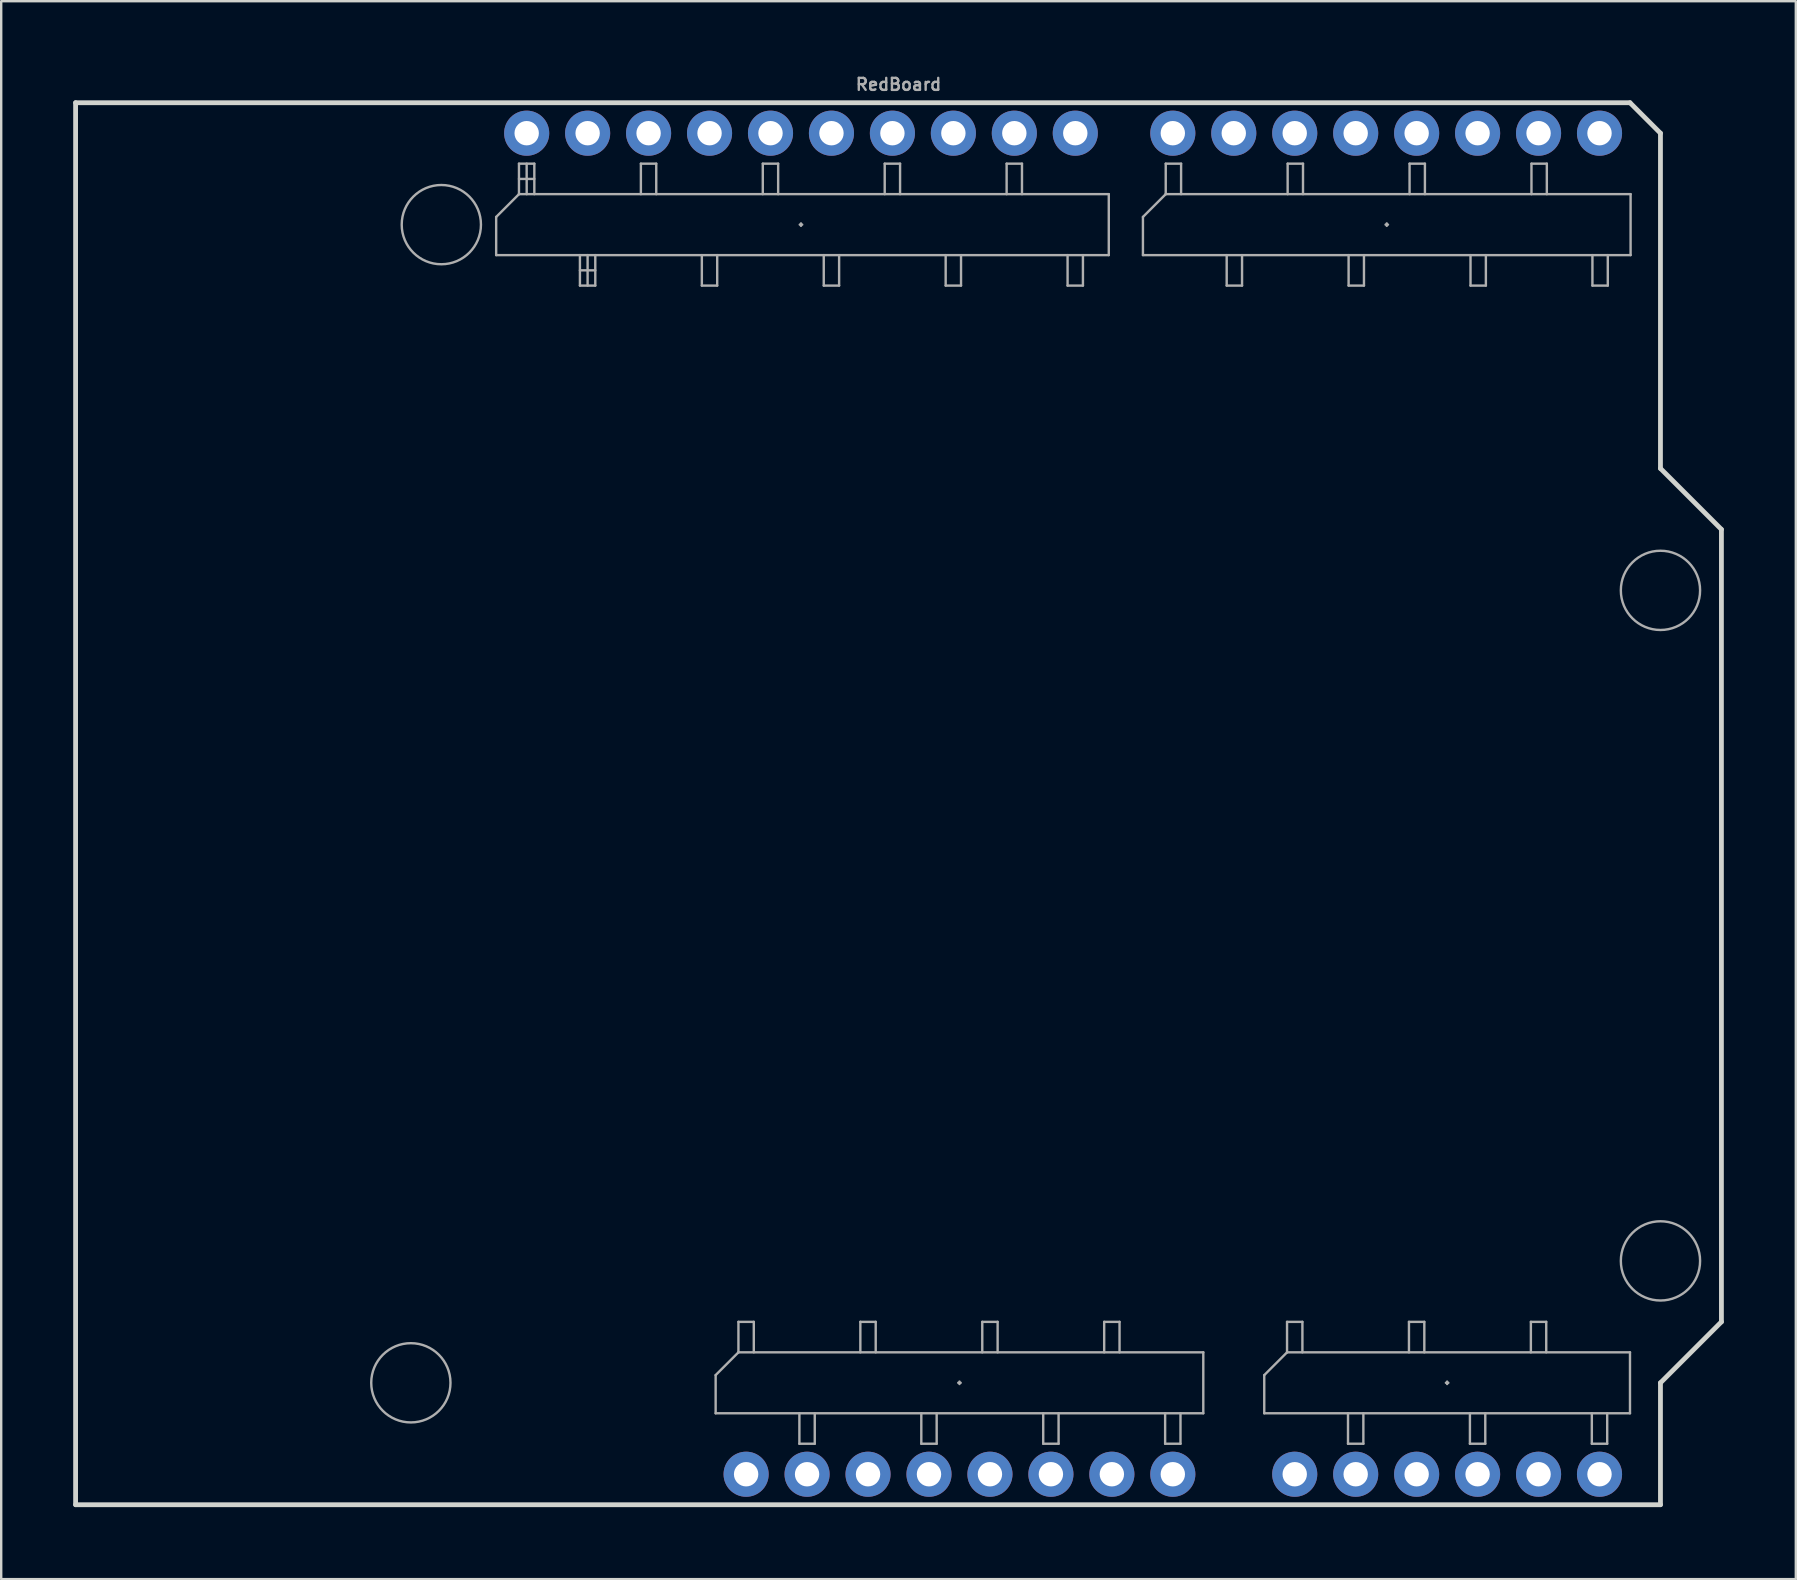
<source format=kicad_pcb>
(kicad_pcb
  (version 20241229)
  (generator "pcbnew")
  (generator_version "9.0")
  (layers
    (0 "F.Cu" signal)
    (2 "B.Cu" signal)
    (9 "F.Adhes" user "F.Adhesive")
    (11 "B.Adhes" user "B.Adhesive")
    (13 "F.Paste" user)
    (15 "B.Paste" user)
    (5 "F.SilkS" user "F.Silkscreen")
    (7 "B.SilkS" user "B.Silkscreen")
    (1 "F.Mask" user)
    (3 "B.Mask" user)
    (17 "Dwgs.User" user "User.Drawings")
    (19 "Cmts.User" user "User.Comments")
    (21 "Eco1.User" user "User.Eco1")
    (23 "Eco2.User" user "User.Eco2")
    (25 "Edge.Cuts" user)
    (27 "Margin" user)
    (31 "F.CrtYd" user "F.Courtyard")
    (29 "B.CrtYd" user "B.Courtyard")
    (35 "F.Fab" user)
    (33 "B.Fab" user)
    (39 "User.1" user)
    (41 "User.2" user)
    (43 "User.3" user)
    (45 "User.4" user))
  (footprint "RedBoard"
    (layer "F.Cu")
    (at 34.39 30.44)
    (property "Reference" "RedBoard" (at 0 -29.972 0) (unlocked yes) (layer "F.Fab") (effects (font (size 0.5 0.5) (thickness 0.1))))
    (attr smd)
    (fp_line (start -34.29 -29.21) (end -34.29 29.21) (stroke (width 0.2) (type default)) (layer "Edge.Cuts"))
    (fp_line (start -34.29 -29.21) (end 30.48 -29.21) (stroke (width 0.2) (type default)) (layer "Edge.Cuts"))
    (fp_line (start -34.29 29.21) (end 31.75 29.21) (stroke (width 0.2) (type default)) (layer "Edge.Cuts"))
    (fp_line (start 30.48 -29.21) (end 31.75 -27.94) (stroke (width 0.2) (type default)) (layer "Edge.Cuts"))
    (fp_line (start 31.75 -27.94) (end 31.75 -13.97) (stroke (width 0.2) (type default)) (layer "Edge.Cuts"))
    (fp_line (start 31.75 -13.97) (end 34.29 -11.43) (stroke (width 0.2) (type default)) (layer "Edge.Cuts"))
    (fp_line (start 31.75 24.13) (end 34.29 21.59) (stroke (width 0.2) (type default)) (layer "Edge.Cuts"))
    (fp_line (start 31.75 29.21) (end 31.75 24.13) (stroke (width 0.2) (type default)) (layer "Edge.Cuts"))
    (fp_line (start 34.29 -11.43) (end 34.29 21.59) (stroke (width 0.2) (type default)) (layer "Edge.Cuts"))
    (fp_line (start -16.765 -22.86) (end -16.765 -24.45) (stroke (width 0.1) (type solid)) (layer "F.Fab"))
    (fp_line (start -16.765 -22.86) (end 8.762 -22.86) (stroke (width 0.1) (type solid)) (layer "F.Fab"))
    (fp_line (start -15.815 -26.67) (end -15.175 -26.67) (stroke (width 0.1) (type solid)) (layer "F.Fab"))
    (fp_line (start -15.815 -25.4) (end -16.765 -24.45) (stroke (width 0.1) (type solid)) (layer "F.Fab"))
    (fp_line (start -15.815 -25.4) (end -15.815 -26.67) (stroke (width 0.1) (type solid)) (layer "F.Fab"))
    (fp_line (start -15.495 -26.67) (end -15.493 -25.4) (stroke (width 0.1) (type default)) (layer "F.Fab"))
    (fp_line (start -15.175 -26.67) (end -15.175 -25.4) (stroke (width 0.1) (type solid)) (layer "F.Fab"))
    (fp_line (start -15.175 -26.035) (end -15.815 -26.035) (stroke (width 0.1) (type default)) (layer "F.Fab"))
    (fp_line (start -13.275 -22.86) (end -13.275 -21.59) (stroke (width 0.1) (type solid)) (layer "F.Fab"))
    (fp_line (start -13.275 -21.59) (end -12.635 -21.59) (stroke (width 0.1) (type solid)) (layer "F.Fab"))
    (fp_line (start -12.955 -22.86) (end -12.955 -21.59) (stroke (width 0.1) (type default)) (layer "F.Fab"))
    (fp_line (start -12.635 -22.225) (end -13.275 -22.225) (stroke (width 0.1) (type default)) (layer "F.Fab"))
    (fp_line (start -12.635 -21.59) (end -12.635 -22.86) (stroke (width 0.1) (type solid)) (layer "F.Fab"))
    (fp_line (start -10.735 -26.67) (end -10.095 -26.67) (stroke (width 0.1) (type solid)) (layer "F.Fab"))
    (fp_line (start -10.735 -25.4) (end -10.735 -26.67) (stroke (width 0.1) (type solid)) (layer "F.Fab"))
    (fp_line (start -10.095 -26.67) (end -10.095 -25.4) (stroke (width 0.1) (type solid)) (layer "F.Fab"))
    (fp_line (start -8.195 -22.86) (end -8.195 -21.59) (stroke (width 0.1) (type solid)) (layer "F.Fab"))
    (fp_line (start -8.195 -21.59) (end -7.555 -21.59) (stroke (width 0.1) (type solid)) (layer "F.Fab"))
    (fp_line (start -7.62 25.4) (end -7.62 23.81) (stroke (width 0.1) (type solid)) (layer "F.Fab"))
    (fp_line (start -7.62 25.4) (end 12.7 25.4) (stroke (width 0.1) (type solid)) (layer "F.Fab"))
    (fp_line (start -7.555 -21.59) (end -7.555 -22.86) (stroke (width 0.1) (type solid)) (layer "F.Fab"))
    (fp_line (start -6.67 21.59) (end -6.03 21.59) (stroke (width 0.1) (type solid)) (layer "F.Fab"))
    (fp_line (start -6.67 22.86) (end -7.62 23.81) (stroke (width 0.1) (type solid)) (layer "F.Fab"))
    (fp_line (start -6.67 22.86) (end -6.67 21.59) (stroke (width 0.1) (type solid)) (layer "F.Fab"))
    (fp_line (start -6.03 21.59) (end -6.03 22.86) (stroke (width 0.1) (type solid)) (layer "F.Fab"))
    (fp_line (start -5.655 -26.67) (end -5.015 -26.67) (stroke (width 0.1) (type solid)) (layer "F.Fab"))
    (fp_line (start -5.655 -25.4) (end -5.655 -26.67) (stroke (width 0.1) (type solid)) (layer "F.Fab"))
    (fp_line (start -5.015 -26.67) (end -5.015 -25.4) (stroke (width 0.1) (type solid)) (layer "F.Fab"))
    (fp_line (start -4.13 25.4) (end -4.13 26.67) (stroke (width 0.1) (type solid)) (layer "F.Fab"))
    (fp_line (start -4.13 26.67) (end -3.49 26.67) (stroke (width 0.1) (type solid)) (layer "F.Fab"))
    (fp_line (start -4.064 -24.079) (end -4.064 -24.181) (stroke (width 0.1) (type default)) (layer "F.Fab"))
    (fp_line (start -4.013 -24.13) (end -4.115 -24.13) (stroke (width 0.1) (type default)) (layer "F.Fab"))
    (fp_line (start -3.49 26.67) (end -3.49 25.4) (stroke (width 0.1) (type solid)) (layer "F.Fab"))
    (fp_line (start -3.115 -22.86) (end -3.115 -21.59) (stroke (width 0.1) (type solid)) (layer "F.Fab"))
    (fp_line (start -3.115 -21.59) (end -2.475 -21.59) (stroke (width 0.1) (type solid)) (layer "F.Fab"))
    (fp_line (start -2.475 -21.59) (end -2.475 -22.86) (stroke (width 0.1) (type solid)) (layer "F.Fab"))
    (fp_line (start -1.59 21.59) (end -0.95 21.59) (stroke (width 0.1) (type solid)) (layer "F.Fab"))
    (fp_line (start -1.59 22.86) (end -1.59 21.59) (stroke (width 0.1) (type solid)) (layer "F.Fab"))
    (fp_line (start -0.95 21.59) (end -0.95 22.86) (stroke (width 0.1) (type solid)) (layer "F.Fab"))
    (fp_line (start -0.575 -26.67) (end 0.065 -26.67) (stroke (width 0.1) (type solid)) (layer "F.Fab"))
    (fp_line (start -0.575 -25.4) (end -0.575 -26.67) (stroke (width 0.1) (type solid)) (layer "F.Fab"))
    (fp_line (start 0.065 -26.67) (end 0.065 -25.4) (stroke (width 0.1) (type solid)) (layer "F.Fab"))
    (fp_line (start 0.95 25.4) (end 0.95 26.67) (stroke (width 0.1) (type solid)) (layer "F.Fab"))
    (fp_line (start 0.95 26.67) (end 1.59 26.67) (stroke (width 0.1) (type solid)) (layer "F.Fab"))
    (fp_line (start 1.59 26.67) (end 1.59 25.4) (stroke (width 0.1) (type solid)) (layer "F.Fab"))
    (fp_line (start 1.965 -22.86) (end 1.965 -21.59) (stroke (width 0.1) (type solid)) (layer "F.Fab"))
    (fp_line (start 1.965 -21.59) (end 2.605 -21.59) (stroke (width 0.1) (type solid)) (layer "F.Fab"))
    (fp_line (start 2.489 24.13) (end 2.591 24.13) (stroke (width 0.1) (type default)) (layer "F.Fab"))
    (fp_line (start 2.54 24.079) (end 2.54 24.181) (stroke (width 0.1) (type default)) (layer "F.Fab"))
    (fp_line (start 2.605 -21.59) (end 2.605 -22.86) (stroke (width 0.1) (type solid)) (layer "F.Fab"))
    (fp_line (start 3.49 21.59) (end 4.13 21.59) (stroke (width 0.1) (type solid)) (layer "F.Fab"))
    (fp_line (start 3.49 22.86) (end 3.49 21.59) (stroke (width 0.1) (type solid)) (layer "F.Fab"))
    (fp_line (start 4.13 21.59) (end 4.13 22.86) (stroke (width 0.1) (type solid)) (layer "F.Fab"))
    (fp_line (start 4.505 -26.67) (end 5.145 -26.67) (stroke (width 0.1) (type solid)) (layer "F.Fab"))
    (fp_line (start 4.505 -25.4) (end 4.505 -26.67) (stroke (width 0.1) (type solid)) (layer "F.Fab"))
    (fp_line (start 5.145 -26.67) (end 5.145 -25.4) (stroke (width 0.1) (type solid)) (layer "F.Fab"))
    (fp_line (start 6.03 25.4) (end 6.03 26.67) (stroke (width 0.1) (type solid)) (layer "F.Fab"))
    (fp_line (start 6.03 26.67) (end 6.67 26.67) (stroke (width 0.1) (type solid)) (layer "F.Fab"))
    (fp_line (start 6.67 26.67) (end 6.67 25.4) (stroke (width 0.1) (type solid)) (layer "F.Fab"))
    (fp_line (start 7.045 -22.86) (end 7.045 -21.59) (stroke (width 0.1) (type solid)) (layer "F.Fab"))
    (fp_line (start 7.045 -21.59) (end 7.685 -21.59) (stroke (width 0.1) (type solid)) (layer "F.Fab"))
    (fp_line (start 7.685 -21.59) (end 7.685 -22.86) (stroke (width 0.1) (type solid)) (layer "F.Fab"))
    (fp_line (start 8.57 21.59) (end 9.21 21.59) (stroke (width 0.1) (type solid)) (layer "F.Fab"))
    (fp_line (start 8.57 22.86) (end 8.57 21.59) (stroke (width 0.1) (type solid)) (layer "F.Fab"))
    (fp_line (start 8.762 -25.4) (end -15.815 -25.4) (stroke (width 0.1) (type solid)) (layer "F.Fab"))
    (fp_line (start 8.762 -25.4) (end 8.762 -22.86) (stroke (width 0.1) (type solid)) (layer "F.Fab"))
    (fp_line (start 9.21 21.59) (end 9.21 22.86) (stroke (width 0.1) (type solid)) (layer "F.Fab"))
    (fp_line (start 10.185 -22.86) (end 10.185 -24.45) (stroke (width 0.1) (type solid)) (layer "F.Fab"))
    (fp_line (start 10.185 -22.86) (end 30.505 -22.86) (stroke (width 0.1) (type solid)) (layer "F.Fab"))
    (fp_line (start 11.11 25.4) (end 11.11 26.67) (stroke (width 0.1) (type solid)) (layer "F.Fab"))
    (fp_line (start 11.11 26.67) (end 11.75 26.67) (stroke (width 0.1) (type solid)) (layer "F.Fab"))
    (fp_line (start 11.135 -26.67) (end 11.775 -26.67) (stroke (width 0.1) (type solid)) (layer "F.Fab"))
    (fp_line (start 11.135 -25.4) (end 10.185 -24.45) (stroke (width 0.1) (type solid)) (layer "F.Fab"))
    (fp_line (start 11.135 -25.4) (end 11.135 -26.67) (stroke (width 0.1) (type solid)) (layer "F.Fab"))
    (fp_line (start 11.75 26.67) (end 11.75 25.4) (stroke (width 0.1) (type solid)) (layer "F.Fab"))
    (fp_line (start 11.775 -26.67) (end 11.775 -25.4) (stroke (width 0.1) (type solid)) (layer "F.Fab"))
    (fp_line (start 12.7 22.86) (end -6.67 22.86) (stroke (width 0.1) (type solid)) (layer "F.Fab"))
    (fp_line (start 12.7 22.86) (end 12.7 25.4) (stroke (width 0.1) (type solid)) (layer "F.Fab"))
    (fp_line (start 13.675 -22.86) (end 13.675 -21.59) (stroke (width 0.1) (type solid)) (layer "F.Fab"))
    (fp_line (start 13.675 -21.59) (end 14.315 -21.59) (stroke (width 0.1) (type solid)) (layer "F.Fab"))
    (fp_line (start 14.315 -21.59) (end 14.315 -22.86) (stroke (width 0.1) (type solid)) (layer "F.Fab"))
    (fp_line (start 15.24 25.4) (end 15.24 23.81) (stroke (width 0.1) (type solid)) (layer "F.Fab"))
    (fp_line (start 15.24 25.4) (end 30.48 25.4) (stroke (width 0.1) (type solid)) (layer "F.Fab"))
    (fp_line (start 16.19 21.59) (end 16.83 21.59) (stroke (width 0.1) (type solid)) (layer "F.Fab"))
    (fp_line (start 16.19 22.86) (end 15.24 23.81) (stroke (width 0.1) (type solid)) (layer "F.Fab"))
    (fp_line (start 16.19 22.86) (end 16.19 21.59) (stroke (width 0.1) (type solid)) (layer "F.Fab"))
    (fp_line (start 16.215 -26.67) (end 16.855 -26.67) (stroke (width 0.1) (type solid)) (layer "F.Fab"))
    (fp_line (start 16.215 -25.4) (end 16.215 -26.67) (stroke (width 0.1) (type solid)) (layer "F.Fab"))
    (fp_line (start 16.83 21.59) (end 16.83 22.86) (stroke (width 0.1) (type solid)) (layer "F.Fab"))
    (fp_line (start 16.855 -26.67) (end 16.855 -25.4) (stroke (width 0.1) (type solid)) (layer "F.Fab"))
    (fp_line (start 18.73 25.4) (end 18.73 26.67) (stroke (width 0.1) (type solid)) (layer "F.Fab"))
    (fp_line (start 18.73 26.67) (end 19.37 26.67) (stroke (width 0.1) (type solid)) (layer "F.Fab"))
    (fp_line (start 18.755 -22.86) (end 18.755 -21.59) (stroke (width 0.1) (type solid)) (layer "F.Fab"))
    (fp_line (start 18.755 -21.59) (end 19.395 -21.59) (stroke (width 0.1) (type solid)) (layer "F.Fab"))
    (fp_line (start 19.37 26.67) (end 19.37 25.4) (stroke (width 0.1) (type solid)) (layer "F.Fab"))
    (fp_line (start 19.395 -21.59) (end 19.395 -22.86) (stroke (width 0.1) (type solid)) (layer "F.Fab"))
    (fp_line (start 20.295 -24.13) (end 20.396 -24.13) (stroke (width 0.1) (type default)) (layer "F.Fab"))
    (fp_line (start 20.345 -24.181) (end 20.345 -24.079) (stroke (width 0.1) (type default)) (layer "F.Fab"))
    (fp_line (start 21.27 21.59) (end 21.91 21.59) (stroke (width 0.1) (type solid)) (layer "F.Fab"))
    (fp_line (start 21.27 22.86) (end 21.27 21.59) (stroke (width 0.1) (type solid)) (layer "F.Fab"))
    (fp_line (start 21.295 -26.67) (end 21.935 -26.67) (stroke (width 0.1) (type solid)) (layer "F.Fab"))
    (fp_line (start 21.295 -25.4) (end 21.295 -26.67) (stroke (width 0.1) (type solid)) (layer "F.Fab"))
    (fp_line (start 21.91 21.59) (end 21.91 22.86) (stroke (width 0.1) (type solid)) (layer "F.Fab"))
    (fp_line (start 21.935 -26.67) (end 21.935 -25.4) (stroke (width 0.1) (type solid)) (layer "F.Fab"))
    (fp_line (start 22.809 24.13) (end 22.911 24.13) (stroke (width 0.1) (type default)) (layer "F.Fab"))
    (fp_line (start 22.86 24.079) (end 22.86 24.181) (stroke (width 0.1) (type default)) (layer "F.Fab"))
    (fp_line (start 23.81 25.4) (end 23.81 26.67) (stroke (width 0.1) (type solid)) (layer "F.Fab"))
    (fp_line (start 23.81 26.67) (end 24.45 26.67) (stroke (width 0.1) (type solid)) (layer "F.Fab"))
    (fp_line (start 23.835 -22.86) (end 23.835 -21.59) (stroke (width 0.1) (type solid)) (layer "F.Fab"))
    (fp_line (start 23.835 -21.59) (end 24.475 -21.59) (stroke (width 0.1) (type solid)) (layer "F.Fab"))
    (fp_line (start 24.45 26.67) (end 24.45 25.4) (stroke (width 0.1) (type solid)) (layer "F.Fab"))
    (fp_line (start 24.475 -21.59) (end 24.475 -22.86) (stroke (width 0.1) (type solid)) (layer "F.Fab"))
    (fp_line (start 26.35 21.59) (end 26.99 21.59) (stroke (width 0.1) (type solid)) (layer "F.Fab"))
    (fp_line (start 26.35 22.86) (end 26.35 21.59) (stroke (width 0.1) (type solid)) (layer "F.Fab"))
    (fp_line (start 26.375 -26.67) (end 27.015 -26.67) (stroke (width 0.1) (type solid)) (layer "F.Fab"))
    (fp_line (start 26.375 -25.4) (end 26.375 -26.67) (stroke (width 0.1) (type solid)) (layer "F.Fab"))
    (fp_line (start 26.99 21.59) (end 26.99 22.86) (stroke (width 0.1) (type solid)) (layer "F.Fab"))
    (fp_line (start 27.015 -26.67) (end 27.015 -25.4) (stroke (width 0.1) (type solid)) (layer "F.Fab"))
    (fp_line (start 28.89 25.4) (end 28.89 26.67) (stroke (width 0.1) (type solid)) (layer "F.Fab"))
    (fp_line (start 28.89 26.67) (end 29.53 26.67) (stroke (width 0.1) (type solid)) (layer "F.Fab"))
    (fp_line (start 28.915 -22.86) (end 28.915 -21.59) (stroke (width 0.1) (type solid)) (layer "F.Fab"))
    (fp_line (start 28.915 -21.59) (end 29.555 -21.59) (stroke (width 0.1) (type solid)) (layer "F.Fab"))
    (fp_line (start 29.53 26.67) (end 29.53 25.4) (stroke (width 0.1) (type solid)) (layer "F.Fab"))
    (fp_line (start 29.555 -21.59) (end 29.555 -22.86) (stroke (width 0.1) (type solid)) (layer "F.Fab"))
    (fp_line (start 30.48 22.86) (end 16.19 22.86) (stroke (width 0.1) (type solid)) (layer "F.Fab"))
    (fp_line (start 30.48 22.86) (end 30.48 25.4) (stroke (width 0.1) (type solid)) (layer "F.Fab"))
    (fp_line (start 30.505 -25.4) (end 11.135 -25.4) (stroke (width 0.1) (type solid)) (layer "F.Fab"))
    (fp_line (start 30.505 -25.4) (end 30.505 -22.86) (stroke (width 0.1) (type solid)) (layer "F.Fab"))
    (fp_circle (center -20.32 24.13) (end -20.32 25.781) (stroke (width 0.1) (type default)) (fill no) (layer "F.Fab"))
    (fp_circle (center -19.05 -24.13) (end -19.05 -22.479) (stroke (width 0.1) (type default)) (fill no) (layer "F.Fab"))
    (fp_circle (center 31.75 -8.89) (end 31.75 -7.239) (stroke (width 0.1) (type default)) (fill no) (layer "F.Fab"))
    (fp_circle (center 31.75 19.05) (end 31.75 20.701) (stroke (width 0.1) (type default)) (fill no) (layer "F.Fab"))
    (pad "3.3V" thru_hole circle (at 1.27 27.94 90) (size 1.88 1.88) (drill 1.016) (layers "*.Cu" "*.Mask") (remove_unused_layers yes) (keep_end_layers yes) (zone_layer_connections))
    (pad "5V" thru_hole circle (at 3.81 27.94 90) (size 1.88 1.88) (drill 1.016) (layers "*.Cu" "*.Mask") (remove_unused_layers yes) (keep_end_layers yes) (zone_layer_connections))
    (pad "A0" thru_hole circle (at 29.21 27.94 90) (size 1.88 1.88) (drill 1.016) (layers "*.Cu" "*.Mask") (remove_unused_layers yes) (keep_end_layers yes) (zone_layer_connections))
    (pad "A1" thru_hole circle (at 26.67 27.94 90) (size 1.88 1.88) (drill 1.016) (layers "*.Cu" "*.Mask") (remove_unused_layers yes) (keep_end_layers yes) (zone_layer_connections))
    (pad "A2" thru_hole circle (at 24.13 27.94 90) (size 1.88 1.88) (drill 1.016) (layers "*.Cu" "*.Mask") (remove_unused_layers yes) (keep_end_layers yes) (zone_layer_connections))
    (pad "A3" thru_hole circle (at 21.59 27.94 90) (size 1.88 1.88) (drill 1.016) (layers "*.Cu" "*.Mask") (remove_unused_layers yes) (keep_end_layers yes) (zone_layer_connections))
    (pad "A4" thru_hole circle (at 19.05 27.94 90) (size 1.88 1.88) (drill 1.016) (layers "*.Cu" "*.Mask") (remove_unused_layers yes) (keep_end_layers yes) (zone_layer_connections))
    (pad "A5" thru_hole circle (at 16.51 27.94 90) (size 1.88 1.88) (drill 1.016) (layers "*.Cu" "*.Mask") (remove_unused_layers yes) (keep_end_layers yes) (zone_layer_connections))
    (pad "AREF" thru_hole circle (at -10.414 -27.94 90) (size 1.88 1.88) (drill 1.016) (layers "*.Cu" "*.Mask") (remove_unused_layers yes) (keep_end_layers yes) (zone_layer_connections))
    (pad "D0" thru_hole circle (at 29.21 -27.94 90) (size 1.88 1.88) (drill 1.016) (layers "*.Cu" "*.Mask") (remove_unused_layers yes) (keep_end_layers yes) (zone_layer_connections))
    (pad "D1" thru_hole circle (at 26.67 -27.94 90) (size 1.88 1.88) (drill 1.016) (layers "*.Cu" "*.Mask") (remove_unused_layers yes) (keep_end_layers yes) (zone_layer_connections))
    (pad "D2" thru_hole circle (at 24.13 -27.94 90) (size 1.88 1.88) (drill 1.016) (layers "*.Cu" "*.Mask") (remove_unused_layers yes) (keep_end_layers yes) (zone_layer_connections))
    (pad "D3" thru_hole circle (at 21.59 -27.94 90) (size 1.88 1.88) (drill 1.016) (layers "*.Cu" "*.Mask") (remove_unused_layers yes) (keep_end_layers yes) (zone_layer_connections))
    (pad "D4" thru_hole circle (at 19.05 -27.94 90) (size 1.88 1.88) (drill 1.016) (layers "*.Cu" "*.Mask") (remove_unused_layers yes) (keep_end_layers yes) (zone_layer_connections))
    (pad "D5" thru_hole circle (at 16.51 -27.94 90) (size 1.88 1.88) (drill 1.016) (layers "*.Cu" "*.Mask") (remove_unused_layers yes) (keep_end_layers yes) (zone_layer_connections))
    (pad "D6" thru_hole circle (at 13.97 -27.94 90) (size 1.88 1.88) (drill 1.016) (layers "*.Cu" "*.Mask") (remove_unused_layers yes) (keep_end_layers yes) (zone_layer_connections))
    (pad "D7" thru_hole circle (at 11.43 -27.94 90) (size 1.88 1.88) (drill 1.016) (layers "*.Cu" "*.Mask") (remove_unused_layers yes) (keep_end_layers yes) (zone_layer_connections))
    (pad "D8" thru_hole circle (at 7.366 -27.94 90) (size 1.88 1.88) (drill 1.016) (layers "*.Cu" "*.Mask") (remove_unused_layers yes) (keep_end_layers yes) (zone_layer_connections))
    (pad "D9" thru_hole circle (at 4.826 -27.94 90) (size 1.88 1.88) (drill 1.016) (layers "*.Cu" "*.Mask") (remove_unused_layers yes) (keep_end_layers yes) (zone_layer_connections))
    (pad "D10" thru_hole circle (at 2.286 -27.94 90) (size 1.88 1.88) (drill 1.016) (layers "*.Cu" "*.Mask") (remove_unused_layers yes) (keep_end_layers yes) (zone_layer_connections))
    (pad "D11" thru_hole circle (at -0.254 -27.94 90) (size 1.88 1.88) (drill 1.016) (layers "*.Cu" "*.Mask") (remove_unused_layers yes) (keep_end_layers yes) (zone_layer_connections))
    (pad "D12" thru_hole circle (at -2.794 -27.94 90) (size 1.88 1.88) (drill 1.016) (layers "*.Cu" "*.Mask") (remove_unused_layers yes) (keep_end_layers yes) (zone_layer_connections))
    (pad "D13" thru_hole circle (at -5.334 -27.94 90) (size 1.88 1.88) (drill 1.016) (layers "*.Cu" "*.Mask") (remove_unused_layers yes) (keep_end_layers yes) (zone_layer_connections))
    (pad "D18" thru_hole circle (at -12.954 -27.94 90) (size 1.88 1.88) (drill 1.016) (layers "*.Cu" "*.Mask") (remove_unused_layers yes) (keep_end_layers yes) (zone_layer_connections))
    (pad "D19" thru_hole circle (at -15.494 -27.94 90) (size 1.88 1.88) (drill 1.016) (layers "*.Cu" "*.Mask") (remove_unused_layers yes) (keep_end_layers yes) (zone_layer_connections))
    (pad "GND" thru_hole circle (at -7.874 -27.94 90) (size 1.88 1.88) (drill 1.016) (layers "*.Cu" "*.Mask") (remove_unused_layers yes) (keep_end_layers yes) (zone_layer_connections))
    (pad "GND" thru_hole circle (at 6.35 27.94 90) (size 1.88 1.88) (drill 1.016) (layers "*.Cu" "*.Mask") (remove_unused_layers yes) (keep_end_layers yes) (zone_layer_connections))
    (pad "GND" thru_hole circle (at 8.89 27.94 90) (size 1.88 1.88) (drill 1.016) (layers "*.Cu" "*.Mask") (remove_unused_layers yes) (keep_end_layers yes) (zone_layer_connections))
    (pad "IOREF" thru_hole circle (at -3.81 27.94 90) (size 1.88 1.88) (drill 1.016) (layers "*.Cu" "*.Mask") (remove_unused_layers yes) (keep_end_layers yes) (zone_layer_connections))
    (pad "NC/LEDO" thru_hole circle (at -6.35 27.94 90) (size 1.88 1.88) (drill 1.016) (layers "*.Cu" "*.Mask") (remove_unused_layers yes) (keep_end_layers yes) (zone_layer_connections))
    (pad "VIN" thru_hole circle (at 11.43 27.94 90) (size 1.88 1.88) (drill 1.016) (layers "*.Cu" "*.Mask") (remove_unused_layers yes) (keep_end_layers yes) (zone_layer_connections))
    (pad "~{RESET}" thru_hole circle (at -1.27 27.94 90) (size 1.88 1.88) (drill 1.016) (layers "*.Cu" "*.Mask") (remove_unused_layers yes) (keep_end_layers yes) (zone_layer_connections)))
  (gr_rect
    (start -3 -3)
    (end 71.78 62.75)
    (stroke (width 0.1) (type default))
    (fill no)
    (layer "Edge.Cuts")))
</source>
